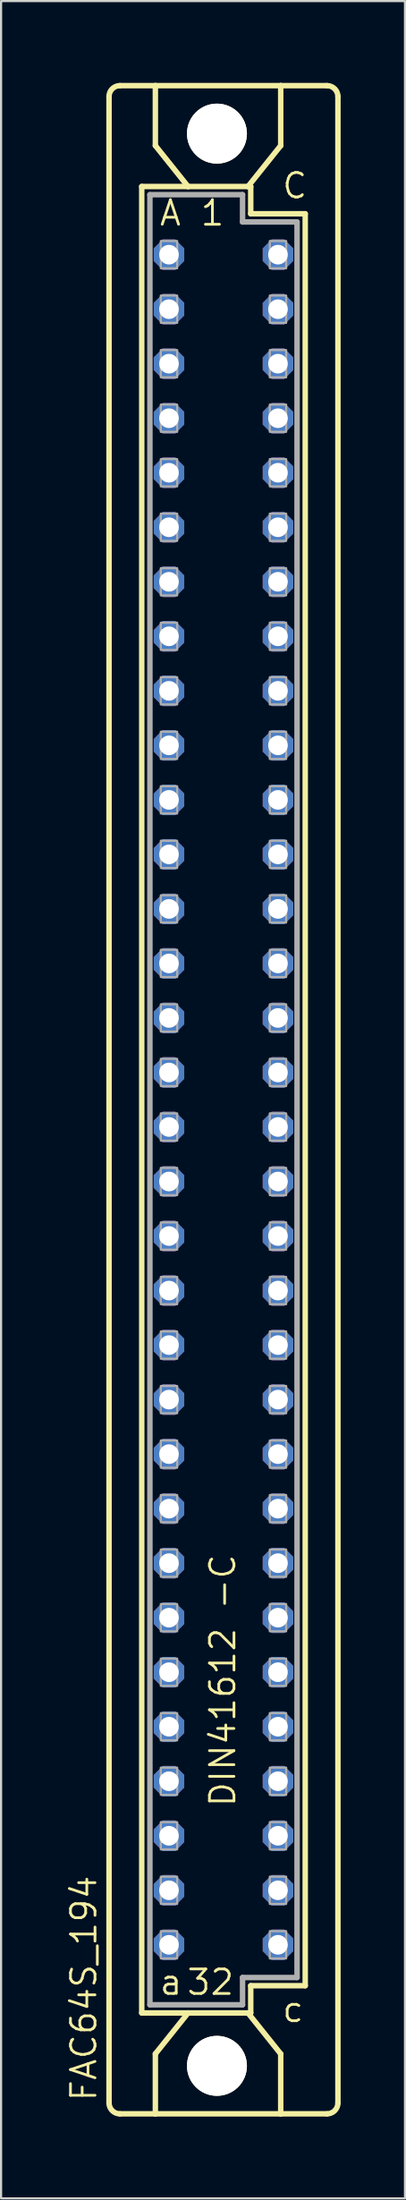
<source format=kicad_pcb>
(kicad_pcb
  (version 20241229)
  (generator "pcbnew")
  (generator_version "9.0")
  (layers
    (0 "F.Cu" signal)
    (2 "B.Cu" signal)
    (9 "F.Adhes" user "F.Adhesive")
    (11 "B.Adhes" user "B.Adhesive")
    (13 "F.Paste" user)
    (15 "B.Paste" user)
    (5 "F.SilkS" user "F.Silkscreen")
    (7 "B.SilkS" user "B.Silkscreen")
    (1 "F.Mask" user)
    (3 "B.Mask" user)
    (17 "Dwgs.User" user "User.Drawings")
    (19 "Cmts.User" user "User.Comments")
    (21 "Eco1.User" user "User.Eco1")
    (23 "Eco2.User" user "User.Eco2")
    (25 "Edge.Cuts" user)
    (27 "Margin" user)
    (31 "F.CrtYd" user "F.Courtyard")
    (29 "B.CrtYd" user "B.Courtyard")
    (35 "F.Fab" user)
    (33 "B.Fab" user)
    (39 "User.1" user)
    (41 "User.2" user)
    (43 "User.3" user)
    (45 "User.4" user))
  (footprint "FAC64S_194"
    (layer "F.Cu")
    (at 7.366 48.184)
    (property "Reference" "FAC64S_194" (at -5.842 46.736 90) (unlocked yes) (layer "F.SilkS") (effects (font (size 1.143 1.143) (thickness 0.127)) (justify left bottom)))
    (fp_line (start -5.334 46.736) (end -5.334 -46.736) (stroke (width 0.254) (type solid)) (layer "F.SilkS"))
    (fp_line (start -4.826 -47.244) (end -3.175 -47.244) (stroke (width 0.254) (type solid)) (layer "F.SilkS"))
    (fp_line (start -4.826 47.244) (end -3.175 47.244) (stroke (width 0.254) (type solid)) (layer "F.SilkS"))
    (fp_line (start -3.81 -42.545) (end -3.81 42.545) (stroke (width 0.254) (type solid)) (layer "F.SilkS"))
    (fp_line (start -3.81 42.545) (end -1.651 42.545) (stroke (width 0.254) (type solid)) (layer "F.SilkS"))
    (fp_line (start -3.175 -47.244) (end -3.175 -44.45) (stroke (width 0.254) (type solid)) (layer "F.SilkS"))
    (fp_line (start -3.175 47.244) (end -3.175 44.45) (stroke (width 0.254) (type solid)) (layer "F.SilkS"))
    (fp_line (start -3.175 47.244) (end 2.667 47.244) (stroke (width 0.254) (type solid)) (layer "F.SilkS"))
    (fp_line (start -1.651 -42.545) (end -3.81 -42.545) (stroke (width 0.254) (type solid)) (layer "F.SilkS"))
    (fp_line (start -1.651 -42.545) (end -3.175 -44.45) (stroke (width 0.254) (type solid)) (layer "F.SilkS"))
    (fp_line (start -1.651 42.545) (end -3.175 44.45) (stroke (width 0.254) (type solid)) (layer "F.SilkS"))
    (fp_line (start -1.651 42.545) (end 1.143 42.545) (stroke (width 0.254) (type solid)) (layer "F.SilkS"))
    (fp_line (start 1.143 -42.545) (end -1.651 -42.545) (stroke (width 0.254) (type solid)) (layer "F.SilkS"))
    (fp_line (start 1.143 -42.545) (end 2.667 -44.45) (stroke (width 0.254) (type solid)) (layer "F.SilkS"))
    (fp_line (start 1.143 42.545) (end 1.27 42.545) (stroke (width 0.254) (type solid)) (layer "F.SilkS"))
    (fp_line (start 1.143 42.545) (end 2.667 44.45) (stroke (width 0.254) (type solid)) (layer "F.SilkS"))
    (fp_line (start 1.27 -42.545) (end 1.143 -42.545) (stroke (width 0.254) (type solid)) (layer "F.SilkS"))
    (fp_line (start 1.27 -41.275) (end 1.27 -42.545) (stroke (width 0.254) (type solid)) (layer "F.SilkS"))
    (fp_line (start 1.27 41.275) (end 3.81 41.275) (stroke (width 0.254) (type solid)) (layer "F.SilkS"))
    (fp_line (start 1.27 42.545) (end 1.27 41.275) (stroke (width 0.254) (type solid)) (layer "F.SilkS"))
    (fp_line (start 2.667 -47.244) (end -3.175 -47.244) (stroke (width 0.254) (type solid)) (layer "F.SilkS"))
    (fp_line (start 2.667 -47.244) (end 2.667 -44.45) (stroke (width 0.254) (type solid)) (layer "F.SilkS"))
    (fp_line (start 2.667 47.244) (end 2.667 44.45) (stroke (width 0.254) (type solid)) (layer "F.SilkS"))
    (fp_line (start 2.667 47.244) (end 4.826 47.244) (stroke (width 0.254) (type solid)) (layer "F.SilkS"))
    (fp_line (start 3.81 -41.275) (end 1.27 -41.275) (stroke (width 0.254) (type solid)) (layer "F.SilkS"))
    (fp_line (start 3.81 41.275) (end 3.81 -41.275) (stroke (width 0.254) (type solid)) (layer "F.SilkS"))
    (fp_line (start 4.826 -47.244) (end 2.667 -47.244) (stroke (width 0.254) (type solid)) (layer "F.SilkS"))
    (fp_line (start 5.334 46.736) (end 5.334 -46.736) (stroke (width 0.254) (type solid)) (layer "F.SilkS"))
    (fp_arc (start -5.334 -46.736) (mid -5.18521 -47.09521) (end -4.826 -47.244) (stroke (width 0.254) (type solid)) (layer "F.SilkS"))
    (fp_arc (start -4.826 47.244) (mid -5.18521 47.09521) (end -5.334 46.736) (stroke (width 0.254) (type solid)) (layer "F.SilkS"))
    (fp_arc (start 4.826 -47.244) (mid 5.18521 -47.09521) (end 5.334 -46.736) (stroke (width 0.254) (type solid)) (layer "F.SilkS"))
    (fp_arc (start 5.334 46.736) (mid 5.18521 47.09521) (end 4.826 47.244) (stroke (width 0.254) (type solid)) (layer "F.SilkS"))
    (fp_circle (center -0.305 -45.009) (end 0.965 -45.009) (stroke (width 0.254) (type solid)) (fill no) (layer "F.SilkS"))
    (fp_circle (center -0.305 45.009) (end 0.965 45.009) (stroke (width 0.254) (type solid)) (fill no) (layer "F.SilkS"))
    (fp_line (start -3.429 -42.164) (end -3.429 42.164) (stroke (width 0.254) (type solid)) (layer "F.Fab"))
    (fp_line (start -3.429 -42.164) (end 0.889 -42.164) (stroke (width 0.254) (type solid)) (layer "F.Fab"))
    (fp_line (start -3.429 42.164) (end 0.889 42.164) (stroke (width 0.254) (type solid)) (layer "F.Fab"))
    (fp_line (start 0.889 -42.164) (end 0.889 -40.894) (stroke (width 0.254) (type solid)) (layer "F.Fab"))
    (fp_line (start 0.889 -40.894) (end 3.429 -40.894) (stroke (width 0.254) (type solid)) (layer "F.Fab"))
    (fp_line (start 0.889 40.894) (end 3.429 40.894) (stroke (width 0.254) (type solid)) (layer "F.Fab"))
    (fp_line (start 0.889 42.164) (end 0.889 40.894) (stroke (width 0.254) (type solid)) (layer "F.Fab"))
    (fp_line (start 3.429 -40.894) (end 3.429 40.894) (stroke (width 0.254) (type solid)) (layer "F.Fab"))
    (fp_poly (pts (xy -2.921 -38.735) (xy -2.159 -38.735) (xy -2.159 -40.005) (xy -2.921 -40.005)) (stroke (width 0.1) (type default)) (fill no) (layer "F.Fab"))
    (fp_poly (pts (xy -2.921 -36.195) (xy -2.159 -36.195) (xy -2.159 -37.465) (xy -2.921 -37.465)) (stroke (width 0.1) (type default)) (fill no) (layer "F.Fab"))
    (fp_poly (pts (xy -2.921 -33.655) (xy -2.159 -33.655) (xy -2.159 -34.925) (xy -2.921 -34.925)) (stroke (width 0.1) (type default)) (fill no) (layer "F.Fab"))
    (fp_poly (pts (xy -2.921 -31.115) (xy -2.159 -31.115) (xy -2.159 -32.385) (xy -2.921 -32.385)) (stroke (width 0.1) (type default)) (fill no) (layer "F.Fab"))
    (fp_poly (pts (xy -2.921 -28.575) (xy -2.159 -28.575) (xy -2.159 -29.845) (xy -2.921 -29.845)) (stroke (width 0.1) (type default)) (fill no) (layer "F.Fab"))
    (fp_poly (pts (xy -2.921 -26.035) (xy -2.159 -26.035) (xy -2.159 -27.305) (xy -2.921 -27.305)) (stroke (width 0.1) (type default)) (fill no) (layer "F.Fab"))
    (fp_poly (pts (xy -2.921 -23.495) (xy -2.159 -23.495) (xy -2.159 -24.765) (xy -2.921 -24.765)) (stroke (width 0.1) (type default)) (fill no) (layer "F.Fab"))
    (fp_poly (pts (xy -2.921 -20.955) (xy -2.159 -20.955) (xy -2.159 -22.225) (xy -2.921 -22.225)) (stroke (width 0.1) (type default)) (fill no) (layer "F.Fab"))
    (fp_poly (pts (xy -2.921 -18.415) (xy -2.159 -18.415) (xy -2.159 -19.685) (xy -2.921 -19.685)) (stroke (width 0.1) (type default)) (fill no) (layer "F.Fab"))
    (fp_poly (pts (xy -2.921 -15.875) (xy -2.159 -15.875) (xy -2.159 -17.145) (xy -2.921 -17.145)) (stroke (width 0.1) (type default)) (fill no) (layer "F.Fab"))
    (fp_poly (pts (xy -2.921 -13.335) (xy -2.159 -13.335) (xy -2.159 -14.605) (xy -2.921 -14.605)) (stroke (width 0.1) (type default)) (fill no) (layer "F.Fab"))
    (fp_poly (pts (xy -2.921 -10.795) (xy -2.159 -10.795) (xy -2.159 -12.065) (xy -2.921 -12.065)) (stroke (width 0.1) (type default)) (fill no) (layer "F.Fab"))
    (fp_poly (pts (xy -2.921 -8.255) (xy -2.159 -8.255) (xy -2.159 -9.525) (xy -2.921 -9.525)) (stroke (width 0.1) (type default)) (fill no) (layer "F.Fab"))
    (fp_poly (pts (xy -2.921 -5.715) (xy -2.159 -5.715) (xy -2.159 -6.985) (xy -2.921 -6.985)) (stroke (width 0.1) (type default)) (fill no) (layer "F.Fab"))
    (fp_poly (pts (xy -2.921 -3.175) (xy -2.159 -3.175) (xy -2.159 -4.445) (xy -2.921 -4.445)) (stroke (width 0.1) (type default)) (fill no) (layer "F.Fab"))
    (fp_poly (pts (xy -2.921 -0.635) (xy -2.159 -0.635) (xy -2.159 -1.905) (xy -2.921 -1.905)) (stroke (width 0.1) (type default)) (fill no) (layer "F.Fab"))
    (fp_poly (pts (xy -2.921 1.905) (xy -2.159 1.905) (xy -2.159 0.635) (xy -2.921 0.635)) (stroke (width 0.1) (type default)) (fill no) (layer "F.Fab"))
    (fp_poly (pts (xy -2.921 4.445) (xy -2.159 4.445) (xy -2.159 3.175) (xy -2.921 3.175)) (stroke (width 0.1) (type default)) (fill no) (layer "F.Fab"))
    (fp_poly (pts (xy -2.921 6.985) (xy -2.159 6.985) (xy -2.159 5.715) (xy -2.921 5.715)) (stroke (width 0.1) (type default)) (fill no) (layer "F.Fab"))
    (fp_poly (pts (xy -2.921 9.525) (xy -2.159 9.525) (xy -2.159 8.255) (xy -2.921 8.255)) (stroke (width 0.1) (type default)) (fill no) (layer "F.Fab"))
    (fp_poly (pts (xy -2.921 12.065) (xy -2.159 12.065) (xy -2.159 10.795) (xy -2.921 10.795)) (stroke (width 0.1) (type default)) (fill no) (layer "F.Fab"))
    (fp_poly (pts (xy -2.921 14.605) (xy -2.159 14.605) (xy -2.159 13.335) (xy -2.921 13.335)) (stroke (width 0.1) (type default)) (fill no) (layer "F.Fab"))
    (fp_poly (pts (xy -2.921 17.145) (xy -2.159 17.145) (xy -2.159 15.875) (xy -2.921 15.875)) (stroke (width 0.1) (type default)) (fill no) (layer "F.Fab"))
    (fp_poly (pts (xy -2.921 19.685) (xy -2.159 19.685) (xy -2.159 18.415) (xy -2.921 18.415)) (stroke (width 0.1) (type default)) (fill no) (layer "F.Fab"))
    (fp_poly (pts (xy -2.921 22.225) (xy -2.159 22.225) (xy -2.159 20.955) (xy -2.921 20.955)) (stroke (width 0.1) (type default)) (fill no) (layer "F.Fab"))
    (fp_poly (pts (xy -2.921 24.765) (xy -2.159 24.765) (xy -2.159 23.495) (xy -2.921 23.495)) (stroke (width 0.1) (type default)) (fill no) (layer "F.Fab"))
    (fp_poly (pts (xy -2.921 27.305) (xy -2.159 27.305) (xy -2.159 26.035) (xy -2.921 26.035)) (stroke (width 0.1) (type default)) (fill no) (layer "F.Fab"))
    (fp_poly (pts (xy -2.921 29.845) (xy -2.159 29.845) (xy -2.159 28.575) (xy -2.921 28.575)) (stroke (width 0.1) (type default)) (fill no) (layer "F.Fab"))
    (fp_poly (pts (xy -2.921 32.385) (xy -2.159 32.385) (xy -2.159 31.115) (xy -2.921 31.115)) (stroke (width 0.1) (type default)) (fill no) (layer "F.Fab"))
    (fp_poly (pts (xy -2.921 34.925) (xy -2.159 34.925) (xy -2.159 33.655) (xy -2.921 33.655)) (stroke (width 0.1) (type default)) (fill no) (layer "F.Fab"))
    (fp_poly (pts (xy -2.921 37.465) (xy -2.159 37.465) (xy -2.159 36.195) (xy -2.921 36.195)) (stroke (width 0.1) (type default)) (fill no) (layer "F.Fab"))
    (fp_poly (pts (xy -2.921 40.005) (xy -2.159 40.005) (xy -2.159 38.735) (xy -2.921 38.735)) (stroke (width 0.1) (type default)) (fill no) (layer "F.Fab"))
    (fp_poly (pts (xy 2.159 -38.735) (xy 2.921 -38.735) (xy 2.921 -40.005) (xy 2.159 -40.005)) (stroke (width 0.1) (type default)) (fill no) (layer "F.Fab"))
    (fp_poly (pts (xy 2.159 -36.195) (xy 2.921 -36.195) (xy 2.921 -37.465) (xy 2.159 -37.465)) (stroke (width 0.1) (type default)) (fill no) (layer "F.Fab"))
    (fp_poly (pts (xy 2.159 -33.655) (xy 2.921 -33.655) (xy 2.921 -34.925) (xy 2.159 -34.925)) (stroke (width 0.1) (type default)) (fill no) (layer "F.Fab"))
    (fp_poly (pts (xy 2.159 -31.115) (xy 2.921 -31.115) (xy 2.921 -32.385) (xy 2.159 -32.385)) (stroke (width 0.1) (type default)) (fill no) (layer "F.Fab"))
    (fp_poly (pts (xy 2.159 -28.575) (xy 2.921 -28.575) (xy 2.921 -29.845) (xy 2.159 -29.845)) (stroke (width 0.1) (type default)) (fill no) (layer "F.Fab"))
    (fp_poly (pts (xy 2.159 -26.035) (xy 2.921 -26.035) (xy 2.921 -27.305) (xy 2.159 -27.305)) (stroke (width 0.1) (type default)) (fill no) (layer "F.Fab"))
    (fp_poly (pts (xy 2.159 -23.495) (xy 2.921 -23.495) (xy 2.921 -24.765) (xy 2.159 -24.765)) (stroke (width 0.1) (type default)) (fill no) (layer "F.Fab"))
    (fp_poly (pts (xy 2.159 -20.955) (xy 2.921 -20.955) (xy 2.921 -22.225) (xy 2.159 -22.225)) (stroke (width 0.1) (type default)) (fill no) (layer "F.Fab"))
    (fp_poly (pts (xy 2.159 -18.415) (xy 2.921 -18.415) (xy 2.921 -19.685) (xy 2.159 -19.685)) (stroke (width 0.1) (type default)) (fill no) (layer "F.Fab"))
    (fp_poly (pts (xy 2.159 -15.875) (xy 2.921 -15.875) (xy 2.921 -17.145) (xy 2.159 -17.145)) (stroke (width 0.1) (type default)) (fill no) (layer "F.Fab"))
    (fp_poly (pts (xy 2.159 -13.335) (xy 2.921 -13.335) (xy 2.921 -14.605) (xy 2.159 -14.605)) (stroke (width 0.1) (type default)) (fill no) (layer "F.Fab"))
    (fp_poly (pts (xy 2.159 -10.795) (xy 2.921 -10.795) (xy 2.921 -12.065) (xy 2.159 -12.065)) (stroke (width 0.1) (type default)) (fill no) (layer "F.Fab"))
    (fp_poly (pts (xy 2.159 -8.255) (xy 2.921 -8.255) (xy 2.921 -9.525) (xy 2.159 -9.525)) (stroke (width 0.1) (type default)) (fill no) (layer "F.Fab"))
    (fp_poly (pts (xy 2.159 -5.715) (xy 2.921 -5.715) (xy 2.921 -6.985) (xy 2.159 -6.985)) (stroke (width 0.1) (type default)) (fill no) (layer "F.Fab"))
    (fp_poly (pts (xy 2.159 -3.175) (xy 2.921 -3.175) (xy 2.921 -4.445) (xy 2.159 -4.445)) (stroke (width 0.1) (type default)) (fill no) (layer "F.Fab"))
    (fp_poly (pts (xy 2.159 -0.635) (xy 2.921 -0.635) (xy 2.921 -1.905) (xy 2.159 -1.905)) (stroke (width 0.1) (type default)) (fill no) (layer "F.Fab"))
    (fp_poly (pts (xy 2.159 1.905) (xy 2.921 1.905) (xy 2.921 0.635) (xy 2.159 0.635)) (stroke (width 0.1) (type default)) (fill no) (layer "F.Fab"))
    (fp_poly (pts (xy 2.159 4.445) (xy 2.921 4.445) (xy 2.921 3.175) (xy 2.159 3.175)) (stroke (width 0.1) (type default)) (fill no) (layer "F.Fab"))
    (fp_poly (pts (xy 2.159 6.985) (xy 2.921 6.985) (xy 2.921 5.715) (xy 2.159 5.715)) (stroke (width 0.1) (type default)) (fill no) (layer "F.Fab"))
    (fp_poly (pts (xy 2.159 9.525) (xy 2.921 9.525) (xy 2.921 8.255) (xy 2.159 8.255)) (stroke (width 0.1) (type default)) (fill no) (layer "F.Fab"))
    (fp_poly (pts (xy 2.159 12.065) (xy 2.921 12.065) (xy 2.921 10.795) (xy 2.159 10.795)) (stroke (width 0.1) (type default)) (fill no) (layer "F.Fab"))
    (fp_poly (pts (xy 2.159 14.605) (xy 2.921 14.605) (xy 2.921 13.335) (xy 2.159 13.335)) (stroke (width 0.1) (type default)) (fill no) (layer "F.Fab"))
    (fp_poly (pts (xy 2.159 17.145) (xy 2.921 17.145) (xy 2.921 15.875) (xy 2.159 15.875)) (stroke (width 0.1) (type default)) (fill no) (layer "F.Fab"))
    (fp_poly (pts (xy 2.159 19.685) (xy 2.921 19.685) (xy 2.921 18.415) (xy 2.159 18.415)) (stroke (width 0.1) (type default)) (fill no) (layer "F.Fab"))
    (fp_poly (pts (xy 2.159 22.225) (xy 2.921 22.225) (xy 2.921 20.955) (xy 2.159 20.955)) (stroke (width 0.1) (type default)) (fill no) (layer "F.Fab"))
    (fp_poly (pts (xy 2.159 24.765) (xy 2.921 24.765) (xy 2.921 23.495) (xy 2.159 23.495)) (stroke (width 0.1) (type default)) (fill no) (layer "F.Fab"))
    (fp_poly (pts (xy 2.159 27.305) (xy 2.921 27.305) (xy 2.921 26.035) (xy 2.159 26.035)) (stroke (width 0.1) (type default)) (fill no) (layer "F.Fab"))
    (fp_poly (pts (xy 2.159 29.845) (xy 2.921 29.845) (xy 2.921 28.575) (xy 2.159 28.575)) (stroke (width 0.1) (type default)) (fill no) (layer "F.Fab"))
    (fp_poly (pts (xy 2.159 32.385) (xy 2.921 32.385) (xy 2.921 31.115) (xy 2.159 31.115)) (stroke (width 0.1) (type default)) (fill no) (layer "F.Fab"))
    (fp_poly (pts (xy 2.159 34.925) (xy 2.921 34.925) (xy 2.921 33.655) (xy 2.159 33.655)) (stroke (width 0.1) (type default)) (fill no) (layer "F.Fab"))
    (fp_poly (pts (xy 2.159 37.465) (xy 2.921 37.465) (xy 2.921 36.195) (xy 2.159 36.195)) (stroke (width 0.1) (type default)) (fill no) (layer "F.Fab"))
    (fp_poly (pts (xy 2.159 40.005) (xy 2.921 40.005) (xy 2.921 38.735) (xy 2.159 38.735)) (stroke (width 0.1) (type default)) (fill no) (layer "F.Fab"))
    (fp_text user "DIN41612 -C" (at 0.635 33.02 90) (unlocked yes) (layer "F.SilkS") (effects (font (size 1.143 1.143) (thickness 0.127)) (justify left bottom)))
    (fp_text user "A" (at -3.048 -40.64 0) (unlocked yes) (layer "F.SilkS") (effects (font (size 1.143 1.143) (thickness 0.127)) (justify left bottom)))
    (fp_text user "1" (at -1.143 -40.64 0) (unlocked yes) (layer "F.SilkS") (effects (font (size 1.143 1.143) (thickness 0.127)) (justify left bottom)))
    (fp_text user "32" (at -1.778 41.783 0) (unlocked yes) (layer "F.SilkS") (effects (font (size 1.143 1.143) (thickness 0.127)) (justify left bottom)))
    (fp_text user "c" (at 2.667 43.053 0) (unlocked yes) (layer "F.SilkS") (effects (font (size 1.143 1.143) (thickness 0.127)) (justify left bottom)))
    (fp_text user "C" (at 2.667 -41.91 0) (unlocked yes) (layer "F.SilkS") (effects (font (size 1.143 1.143) (thickness 0.127)) (justify left bottom)))
    (fp_text user "a" (at -3.048 41.783 0) (unlocked yes) (layer "F.SilkS") (effects (font (size 1.143 1.143) (thickness 0.127)) (justify left bottom)))
    (pad "" np_thru_hole circle (at -0.305 -45.009) (size 2.794 2.794) (drill 2.794) (layers "*.Cu" "*.Mask"))
    (pad "" np_thru_hole circle (at -0.305 45.009) (size 2.794 2.794) (drill 2.794) (layers "*.Cu" "*.Mask"))
    (pad "A1" thru_hole roundrect (at -2.54 -39.37) (size 1.422 1.422) (drill 0.914) (layers "*.Cu" "*.Mask") (roundrect_rratio 0.25) (chamfer_ratio 0.293) (chamfer top_left top_right bottom_left bottom_right))
    (pad "A2" thru_hole roundrect (at -2.54 -36.83) (size 1.422 1.422) (drill 0.914) (layers "*.Cu" "*.Mask") (roundrect_rratio 0.25) (chamfer_ratio 0.293) (chamfer top_left top_right bottom_left bottom_right))
    (pad "A3" thru_hole roundrect (at -2.54 -34.29) (size 1.422 1.422) (drill 0.914) (layers "*.Cu" "*.Mask") (roundrect_rratio 0.25) (chamfer_ratio 0.293) (chamfer top_left top_right bottom_left bottom_right))
    (pad "A4" thru_hole roundrect (at -2.54 -31.75) (size 1.422 1.422) (drill 0.914) (layers "*.Cu" "*.Mask") (roundrect_rratio 0.25) (chamfer_ratio 0.293) (chamfer top_left top_right bottom_left bottom_right))
    (pad "A5" thru_hole roundrect (at -2.54 -29.21) (size 1.422 1.422) (drill 0.914) (layers "*.Cu" "*.Mask") (roundrect_rratio 0.25) (chamfer_ratio 0.293) (chamfer top_left top_right bottom_left bottom_right))
    (pad "A6" thru_hole roundrect (at -2.54 -26.67) (size 1.422 1.422) (drill 0.914) (layers "*.Cu" "*.Mask") (roundrect_rratio 0.25) (chamfer_ratio 0.293) (chamfer top_left top_right bottom_left bottom_right))
    (pad "A7" thru_hole roundrect (at -2.54 -24.13) (size 1.422 1.422) (drill 0.914) (layers "*.Cu" "*.Mask") (roundrect_rratio 0.25) (chamfer_ratio 0.293) (chamfer top_left top_right bottom_left bottom_right))
    (pad "A8" thru_hole roundrect (at -2.54 -21.59) (size 1.422 1.422) (drill 0.914) (layers "*.Cu" "*.Mask") (roundrect_rratio 0.25) (chamfer_ratio 0.293) (chamfer top_left top_right bottom_left bottom_right))
    (pad "A9" thru_hole roundrect (at -2.54 -19.05) (size 1.422 1.422) (drill 0.914) (layers "*.Cu" "*.Mask") (roundrect_rratio 0.25) (chamfer_ratio 0.293) (chamfer top_left top_right bottom_left bottom_right))
    (pad "A10" thru_hole roundrect (at -2.54 -16.51) (size 1.422 1.422) (drill 0.914) (layers "*.Cu" "*.Mask") (roundrect_rratio 0.25) (chamfer_ratio 0.293) (chamfer top_left top_right bottom_left bottom_right))
    (pad "A11" thru_hole roundrect (at -2.54 -13.97) (size 1.422 1.422) (drill 0.914) (layers "*.Cu" "*.Mask") (roundrect_rratio 0.25) (chamfer_ratio 0.293) (chamfer top_left top_right bottom_left bottom_right))
    (pad "A12" thru_hole roundrect (at -2.54 -11.43) (size 1.422 1.422) (drill 0.914) (layers "*.Cu" "*.Mask") (roundrect_rratio 0.25) (chamfer_ratio 0.293) (chamfer top_left top_right bottom_left bottom_right))
    (pad "A13" thru_hole roundrect (at -2.54 -8.89) (size 1.422 1.422) (drill 0.914) (layers "*.Cu" "*.Mask") (roundrect_rratio 0.25) (chamfer_ratio 0.293) (chamfer top_left top_right bottom_left bottom_right))
    (pad "A14" thru_hole roundrect (at -2.54 -6.35) (size 1.422 1.422) (drill 0.914) (layers "*.Cu" "*.Mask") (roundrect_rratio 0.25) (chamfer_ratio 0.293) (chamfer top_left top_right bottom_left bottom_right))
    (pad "A15" thru_hole roundrect (at -2.54 -3.81) (size 1.422 1.422) (drill 0.914) (layers "*.Cu" "*.Mask") (roundrect_rratio 0.25) (chamfer_ratio 0.293) (chamfer top_left top_right bottom_left bottom_right))
    (pad "A16" thru_hole roundrect (at -2.54 -1.27) (size 1.422 1.422) (drill 0.914) (layers "*.Cu" "*.Mask") (roundrect_rratio 0.25) (chamfer_ratio 0.293) (chamfer top_left top_right bottom_left bottom_right))
    (pad "A17" thru_hole roundrect (at -2.54 1.27) (size 1.422 1.422) (drill 0.914) (layers "*.Cu" "*.Mask") (roundrect_rratio 0.25) (chamfer_ratio 0.293) (chamfer top_left top_right bottom_left bottom_right))
    (pad "A18" thru_hole roundrect (at -2.54 3.81) (size 1.422 1.422) (drill 0.914) (layers "*.Cu" "*.Mask") (roundrect_rratio 0.25) (chamfer_ratio 0.293) (chamfer top_left top_right bottom_left bottom_right))
    (pad "A19" thru_hole roundrect (at -2.54 6.35) (size 1.422 1.422) (drill 0.914) (layers "*.Cu" "*.Mask") (roundrect_rratio 0.25) (chamfer_ratio 0.293) (chamfer top_left top_right bottom_left bottom_right))
    (pad "A20" thru_hole roundrect (at -2.54 8.89) (size 1.422 1.422) (drill 0.914) (layers "*.Cu" "*.Mask") (roundrect_rratio 0.25) (chamfer_ratio 0.293) (chamfer top_left top_right bottom_left bottom_right))
    (pad "A21" thru_hole roundrect (at -2.54 11.43) (size 1.422 1.422) (drill 0.914) (layers "*.Cu" "*.Mask") (roundrect_rratio 0.25) (chamfer_ratio 0.293) (chamfer top_left top_right bottom_left bottom_right))
    (pad "A22" thru_hole roundrect (at -2.54 13.97) (size 1.422 1.422) (drill 0.914) (layers "*.Cu" "*.Mask") (roundrect_rratio 0.25) (chamfer_ratio 0.293) (chamfer top_left top_right bottom_left bottom_right))
    (pad "A23" thru_hole roundrect (at -2.54 16.51) (size 1.422 1.422) (drill 0.914) (layers "*.Cu" "*.Mask") (roundrect_rratio 0.25) (chamfer_ratio 0.293) (chamfer top_left top_right bottom_left bottom_right))
    (pad "A24" thru_hole roundrect (at -2.54 19.05) (size 1.422 1.422) (drill 0.914) (layers "*.Cu" "*.Mask") (roundrect_rratio 0.25) (chamfer_ratio 0.293) (chamfer top_left top_right bottom_left bottom_right))
    (pad "A25" thru_hole roundrect (at -2.54 21.59) (size 1.422 1.422) (drill 0.914) (layers "*.Cu" "*.Mask") (roundrect_rratio 0.25) (chamfer_ratio 0.293) (chamfer top_left top_right bottom_left bottom_right))
    (pad "A26" thru_hole roundrect (at -2.54 24.13) (size 1.422 1.422) (drill 0.914) (layers "*.Cu" "*.Mask") (roundrect_rratio 0.25) (chamfer_ratio 0.293) (chamfer top_left top_right bottom_left bottom_right))
    (pad "A27" thru_hole roundrect (at -2.54 26.67) (size 1.422 1.422) (drill 0.914) (layers "*.Cu" "*.Mask") (roundrect_rratio 0.25) (chamfer_ratio 0.293) (chamfer top_left top_right bottom_left bottom_right))
    (pad "A28" thru_hole roundrect (at -2.54 29.21) (size 1.422 1.422) (drill 0.914) (layers "*.Cu" "*.Mask") (roundrect_rratio 0.25) (chamfer_ratio 0.293) (chamfer top_left top_right bottom_left bottom_right))
    (pad "A29" thru_hole roundrect (at -2.54 31.75) (size 1.422 1.422) (drill 0.914) (layers "*.Cu" "*.Mask") (roundrect_rratio 0.25) (chamfer_ratio 0.293) (chamfer top_left top_right bottom_left bottom_right))
    (pad "A30" thru_hole roundrect (at -2.54 34.29) (size 1.422 1.422) (drill 0.914) (layers "*.Cu" "*.Mask") (roundrect_rratio 0.25) (chamfer_ratio 0.293) (chamfer top_left top_right bottom_left bottom_right))
    (pad "A31" thru_hole roundrect (at -2.54 36.83) (size 1.422 1.422) (drill 0.914) (layers "*.Cu" "*.Mask") (roundrect_rratio 0.25) (chamfer_ratio 0.293) (chamfer top_left top_right bottom_left bottom_right))
    (pad "A32" thru_hole roundrect (at -2.54 39.37) (size 1.422 1.422) (drill 0.914) (layers "*.Cu" "*.Mask") (roundrect_rratio 0.25) (chamfer_ratio 0.293) (chamfer top_left top_right bottom_left bottom_right))
    (pad "C1" thru_hole roundrect (at 2.54 -39.37) (size 1.422 1.422) (drill 0.914) (layers "*.Cu" "*.Mask") (roundrect_rratio 0.25) (chamfer_ratio 0.293) (chamfer top_left top_right bottom_left bottom_right))
    (pad "C2" thru_hole roundrect (at 2.54 -36.83) (size 1.422 1.422) (drill 0.914) (layers "*.Cu" "*.Mask") (roundrect_rratio 0.25) (chamfer_ratio 0.293) (chamfer top_left top_right bottom_left bottom_right))
    (pad "C3" thru_hole roundrect (at 2.54 -34.29) (size 1.422 1.422) (drill 0.914) (layers "*.Cu" "*.Mask") (roundrect_rratio 0.25) (chamfer_ratio 0.293) (chamfer top_left top_right bottom_left bottom_right))
    (pad "C4" thru_hole roundrect (at 2.54 -31.75) (size 1.422 1.422) (drill 0.914) (layers "*.Cu" "*.Mask") (roundrect_rratio 0.25) (chamfer_ratio 0.293) (chamfer top_left top_right bottom_left bottom_right))
    (pad "C5" thru_hole roundrect (at 2.54 -29.21) (size 1.422 1.422) (drill 0.914) (layers "*.Cu" "*.Mask") (roundrect_rratio 0.25) (chamfer_ratio 0.293) (chamfer top_left top_right bottom_left bottom_right))
    (pad "C6" thru_hole roundrect (at 2.54 -26.67) (size 1.422 1.422) (drill 0.914) (layers "*.Cu" "*.Mask") (roundrect_rratio 0.25) (chamfer_ratio 0.293) (chamfer top_left top_right bottom_left bottom_right))
    (pad "C7" thru_hole roundrect (at 2.54 -24.13) (size 1.422 1.422) (drill 0.914) (layers "*.Cu" "*.Mask") (roundrect_rratio 0.25) (chamfer_ratio 0.293) (chamfer top_left top_right bottom_left bottom_right))
    (pad "C8" thru_hole roundrect (at 2.54 -21.59) (size 1.422 1.422) (drill 0.914) (layers "*.Cu" "*.Mask") (roundrect_rratio 0.25) (chamfer_ratio 0.293) (chamfer top_left top_right bottom_left bottom_right))
    (pad "C9" thru_hole roundrect (at 2.54 -19.05) (size 1.422 1.422) (drill 0.914) (layers "*.Cu" "*.Mask") (roundrect_rratio 0.25) (chamfer_ratio 0.293) (chamfer top_left top_right bottom_left bottom_right))
    (pad "C10" thru_hole roundrect (at 2.54 -16.51) (size 1.422 1.422) (drill 0.914) (layers "*.Cu" "*.Mask") (roundrect_rratio 0.25) (chamfer_ratio 0.293) (chamfer top_left top_right bottom_left bottom_right))
    (pad "C11" thru_hole roundrect (at 2.54 -13.97) (size 1.422 1.422) (drill 0.914) (layers "*.Cu" "*.Mask") (roundrect_rratio 0.25) (chamfer_ratio 0.293) (chamfer top_left top_right bottom_left bottom_right))
    (pad "C12" thru_hole roundrect (at 2.54 -11.43) (size 1.422 1.422) (drill 0.914) (layers "*.Cu" "*.Mask") (roundrect_rratio 0.25) (chamfer_ratio 0.293) (chamfer top_left top_right bottom_left bottom_right))
    (pad "C13" thru_hole roundrect (at 2.54 -8.89) (size 1.422 1.422) (drill 0.914) (layers "*.Cu" "*.Mask") (roundrect_rratio 0.25) (chamfer_ratio 0.293) (chamfer top_left top_right bottom_left bottom_right))
    (pad "C14" thru_hole roundrect (at 2.54 -6.35) (size 1.422 1.422) (drill 0.914) (layers "*.Cu" "*.Mask") (roundrect_rratio 0.25) (chamfer_ratio 0.293) (chamfer top_left top_right bottom_left bottom_right))
    (pad "C15" thru_hole roundrect (at 2.54 -3.81) (size 1.422 1.422) (drill 0.914) (layers "*.Cu" "*.Mask") (roundrect_rratio 0.25) (chamfer_ratio 0.293) (chamfer top_left top_right bottom_left bottom_right))
    (pad "C16" thru_hole roundrect (at 2.54 -1.27) (size 1.422 1.422) (drill 0.914) (layers "*.Cu" "*.Mask") (roundrect_rratio 0.25) (chamfer_ratio 0.293) (chamfer top_left top_right bottom_left bottom_right))
    (pad "C17" thru_hole roundrect (at 2.54 1.27) (size 1.422 1.422) (drill 0.914) (layers "*.Cu" "*.Mask") (roundrect_rratio 0.25) (chamfer_ratio 0.293) (chamfer top_left top_right bottom_left bottom_right))
    (pad "C18" thru_hole roundrect (at 2.54 3.81) (size 1.422 1.422) (drill 0.914) (layers "*.Cu" "*.Mask") (roundrect_rratio 0.25) (chamfer_ratio 0.293) (chamfer top_left top_right bottom_left bottom_right))
    (pad "C19" thru_hole roundrect (at 2.54 6.35) (size 1.422 1.422) (drill 0.914) (layers "*.Cu" "*.Mask") (roundrect_rratio 0.25) (chamfer_ratio 0.293) (chamfer top_left top_right bottom_left bottom_right))
    (pad "C20" thru_hole roundrect (at 2.54 8.89) (size 1.422 1.422) (drill 0.914) (layers "*.Cu" "*.Mask") (roundrect_rratio 0.25) (chamfer_ratio 0.293) (chamfer top_left top_right bottom_left bottom_right))
    (pad "C21" thru_hole roundrect (at 2.54 11.43) (size 1.422 1.422) (drill 0.914) (layers "*.Cu" "*.Mask") (roundrect_rratio 0.25) (chamfer_ratio 0.293) (chamfer top_left top_right bottom_left bottom_right))
    (pad "C22" thru_hole roundrect (at 2.54 13.97) (size 1.422 1.422) (drill 0.914) (layers "*.Cu" "*.Mask") (roundrect_rratio 0.25) (chamfer_ratio 0.293) (chamfer top_left top_right bottom_left bottom_right))
    (pad "C23" thru_hole roundrect (at 2.54 16.51) (size 1.422 1.422) (drill 0.914) (layers "*.Cu" "*.Mask") (roundrect_rratio 0.25) (chamfer_ratio 0.293) (chamfer top_left top_right bottom_left bottom_right))
    (pad "C24" thru_hole roundrect (at 2.54 19.05) (size 1.422 1.422) (drill 0.914) (layers "*.Cu" "*.Mask") (roundrect_rratio 0.25) (chamfer_ratio 0.293) (chamfer top_left top_right bottom_left bottom_right))
    (pad "C25" thru_hole roundrect (at 2.54 21.59) (size 1.422 1.422) (drill 0.914) (layers "*.Cu" "*.Mask") (roundrect_rratio 0.25) (chamfer_ratio 0.293) (chamfer top_left top_right bottom_left bottom_right))
    (pad "C26" thru_hole roundrect (at 2.54 24.13) (size 1.422 1.422) (drill 0.914) (layers "*.Cu" "*.Mask") (roundrect_rratio 0.25) (chamfer_ratio 0.293) (chamfer top_left top_right bottom_left bottom_right))
    (pad "C27" thru_hole roundrect (at 2.54 26.67) (size 1.422 1.422) (drill 0.914) (layers "*.Cu" "*.Mask") (roundrect_rratio 0.25) (chamfer_ratio 0.293) (chamfer top_left top_right bottom_left bottom_right))
    (pad "C28" thru_hole roundrect (at 2.54 29.21) (size 1.422 1.422) (drill 0.914) (layers "*.Cu" "*.Mask") (roundrect_rratio 0.25) (chamfer_ratio 0.293) (chamfer top_left top_right bottom_left bottom_right))
    (pad "C29" thru_hole roundrect (at 2.54 31.75) (size 1.422 1.422) (drill 0.914) (layers "*.Cu" "*.Mask") (roundrect_rratio 0.25) (chamfer_ratio 0.293) (chamfer top_left top_right bottom_left bottom_right))
    (pad "C30" thru_hole roundrect (at 2.54 34.29) (size 1.422 1.422) (drill 0.914) (layers "*.Cu" "*.Mask") (roundrect_rratio 0.25) (chamfer_ratio 0.293) (chamfer top_left top_right bottom_left bottom_right))
    (pad "C31" thru_hole roundrect (at 2.54 36.83) (size 1.422 1.422) (drill 0.914) (layers "*.Cu" "*.Mask") (roundrect_rratio 0.25) (chamfer_ratio 0.293) (chamfer top_left top_right bottom_left bottom_right))
    (pad "C32" thru_hole roundrect (at 2.54 39.37) (size 1.422 1.422) (drill 0.914) (layers "*.Cu" "*.Mask") (roundrect_rratio 0.25) (chamfer_ratio 0.293) (chamfer top_left top_right bottom_left bottom_right))
    (zone (net_name "") (layers "F.Cu" "B.Cu") (hatch edge 0.5) (connect_pads) (min_thickness 0.25) (filled_areas_thickness no) (keepout (tracks allowed) (vias not_allowed) (pads allowed) (copperpour allowed) (footprints allowed)) (placement (enabled no)) (fill) (polygon (pts (xy 10.236 3.175) (xy 10.216 2.82) (xy 10.157 2.468) (xy 10.058 2.126) (xy 9.922 1.797) (xy 9.75 1.486) (xy 9.544 1.195) (xy 9.306 0.93) (xy 9.041 0.693) (xy 8.75 0.487) (xy 8.439 0.314) (xy 8.11 0.178) (xy 7.768 0.08) (xy 7.417 0.02) (xy 7.061 0) (xy 6.706 0.02) (xy 6.355 0.08) (xy 6.013 0.178) (xy 5.684 0.314) (xy 5.372 0.487) (xy 5.082 0.693) (xy 4.816 0.93) (xy 4.579 1.195) (xy 4.373 1.486) (xy 4.201 1.797) (xy 4.064 2.126) (xy 3.966 2.468) (xy 3.906 2.82) (xy 3.886 3.175) (xy 3.906 3.53) (xy 3.966 3.882) (xy 4.064 4.224) (xy 4.201 4.553) (xy 4.373 4.864) (xy 4.579 5.155) (xy 4.816 5.42) (xy 5.082 5.657) (xy 5.372 5.863) (xy 5.684 6.036) (xy 6.013 6.172) (xy 6.355 6.27) (xy 6.706 6.33) (xy 7.061 6.35) (xy 7.417 6.33) (xy 7.768 6.27) (xy 8.11 6.172) (xy 8.439 6.036) (xy 8.75 5.863) (xy 9.041 5.657) (xy 9.306 5.42) (xy 9.544 5.155) (xy 9.75 4.864) (xy 9.922 4.553) (xy 10.058 4.224) (xy 10.157 3.882) (xy 10.216 3.53))) (polygon (pts (xy 8.458 3.175) (xy 8.438 2.939) (xy 8.378 2.71) (xy 8.281 2.494) (xy 8.148 2.297) (xy 7.984 2.126) (xy 7.794 1.985) (xy 7.582 1.879) (xy 7.356 1.809) (xy 7.12 1.779) (xy 6.884 1.789) (xy 6.652 1.839) (xy 6.432 1.928) (xy 6.23 2.052) (xy 6.053 2.208) (xy 5.904 2.393) (xy 5.788 2.6) (xy 5.709 2.823) (xy 5.669 3.057) (xy 5.669 3.293) (xy 5.709 3.527) (xy 5.788 3.75) (xy 5.904 3.957) (xy 6.053 4.142) (xy 6.23 4.298) (xy 6.432 4.422) (xy 6.652 4.511) (xy 6.884 4.561) (xy 7.12 4.571) (xy 7.356 4.541) (xy 7.582 4.471) (xy 7.794 4.365) (xy 7.984 4.224) (xy 8.148 4.053) (xy 8.281 3.856) (xy 8.378 3.64) (xy 8.438 3.411))))
    (zone (net_name "") (layers "F.Cu" "B.Cu") (hatch edge 0.5) (connect_pads) (min_thickness 0.25) (filled_areas_thickness no) (keepout (tracks allowed) (vias not_allowed) (pads allowed) (copperpour allowed) (footprints allowed)) (placement (enabled no)) (fill) (polygon (pts (xy 10.236 93.193) (xy 10.216 92.837) (xy 10.157 92.486) (xy 10.058 92.144) (xy 9.922 91.815) (xy 9.75 91.503) (xy 9.544 91.213) (xy 9.306 90.948) (xy 9.041 90.71) (xy 8.75 90.504) (xy 8.439 90.332) (xy 8.11 90.196) (xy 7.768 90.097) (xy 7.417 90.038) (xy 7.061 90.018) (xy 6.706 90.038) (xy 6.355 90.097) (xy 6.013 90.196) (xy 5.684 90.332) (xy 5.372 90.504) (xy 5.082 90.71) (xy 4.816 90.948) (xy 4.579 91.213) (xy 4.373 91.503) (xy 4.201 91.815) (xy 4.064 92.144) (xy 3.966 92.486) (xy 3.906 92.837) (xy 3.886 93.193) (xy 3.906 93.548) (xy 3.966 93.899) (xy 4.064 94.241) (xy 4.201 94.57) (xy 4.373 94.882) (xy 4.579 95.172) (xy 4.816 95.438) (xy 5.082 95.675) (xy 5.372 95.881) (xy 5.684 96.053) (xy 6.013 96.189) (xy 6.355 96.288) (xy 6.706 96.348) (xy 7.061 96.368) (xy 7.417 96.348) (xy 7.768 96.288) (xy 8.11 96.189) (xy 8.439 96.053) (xy 8.75 95.881) (xy 9.041 95.675) (xy 9.306 95.438) (xy 9.544 95.172) (xy 9.75 94.882) (xy 9.922 94.57) (xy 10.058 94.241) (xy 10.157 93.899) (xy 10.216 93.548))) (polygon (pts (xy 8.458 93.193) (xy 8.438 92.957) (xy 8.378 92.727) (xy 8.281 92.511) (xy 8.148 92.315) (xy 7.984 92.144) (xy 7.794 92.003) (xy 7.582 91.896) (xy 7.356 91.827) (xy 7.12 91.797) (xy 6.884 91.807) (xy 6.652 91.857) (xy 6.432 91.945) (xy 6.23 92.069) (xy 6.053 92.226) (xy 5.904 92.41) (xy 5.788 92.617) (xy 5.709 92.841) (xy 5.669 93.074) (xy 5.669 93.311) (xy 5.709 93.545) (xy 5.788 93.768) (xy 5.904 93.975) (xy 6.053 94.159) (xy 6.23 94.316) (xy 6.432 94.44) (xy 6.652 94.528) (xy 6.884 94.578) (xy 7.12 94.588) (xy 7.356 94.558) (xy 7.582 94.489) (xy 7.794 94.382) (xy 7.984 94.241) (xy 8.148 94.07) (xy 8.281 93.874) (xy 8.378 93.658) (xy 8.438 93.429))))
    (zone (net_name "") (layer "B.Cu") (hatch edge 0.5) (connect_pads) (min_thickness 0.25) (filled_areas_thickness no) (keepout (tracks not_allowed) (vias not_allowed) (pads not_allowed) (copperpour not_allowed) (footprints allowed)) (placement (enabled no)) (fill) (polygon (pts (xy 10.236 3.175) (xy 10.216 2.82) (xy 10.157 2.468) (xy 10.058 2.126) (xy 9.922 1.797) (xy 9.75 1.486) (xy 9.544 1.195) (xy 9.306 0.93) (xy 9.041 0.693) (xy 8.75 0.487) (xy 8.439 0.314) (xy 8.11 0.178) (xy 7.768 0.08) (xy 7.417 0.02) (xy 7.061 0) (xy 6.706 0.02) (xy 6.355 0.08) (xy 6.013 0.178) (xy 5.684 0.314) (xy 5.372 0.487) (xy 5.082 0.693) (xy 4.816 0.93) (xy 4.579 1.195) (xy 4.373 1.486) (xy 4.201 1.797) (xy 4.064 2.126) (xy 3.966 2.468) (xy 3.906 2.82) (xy 3.886 3.175) (xy 3.906 3.53) (xy 3.966 3.882) (xy 4.064 4.224) (xy 4.201 4.553) (xy 4.373 4.864) (xy 4.579 5.155) (xy 4.816 5.42) (xy 5.082 5.657) (xy 5.372 5.863) (xy 5.684 6.036) (xy 6.013 6.172) (xy 6.355 6.27) (xy 6.706 6.33) (xy 7.061 6.35) (xy 7.417 6.33) (xy 7.768 6.27) (xy 8.11 6.172) (xy 8.439 6.036) (xy 8.75 5.863) (xy 9.041 5.657) (xy 9.306 5.42) (xy 9.544 5.155) (xy 9.75 4.864) (xy 9.922 4.553) (xy 10.058 4.224) (xy 10.157 3.882) (xy 10.216 3.53))) (polygon (pts (xy 8.458 3.175) (xy 8.438 2.939) (xy 8.378 2.71) (xy 8.281 2.494) (xy 8.148 2.297) (xy 7.984 2.126) (xy 7.794 1.985) (xy 7.582 1.879) (xy 7.356 1.809) (xy 7.12 1.779) (xy 6.884 1.789) (xy 6.652 1.839) (xy 6.432 1.928) (xy 6.23 2.052) (xy 6.053 2.208) (xy 5.904 2.393) (xy 5.788 2.6) (xy 5.709 2.823) (xy 5.669 3.057) (xy 5.669 3.293) (xy 5.709 3.527) (xy 5.788 3.75) (xy 5.904 3.957) (xy 6.053 4.142) (xy 6.23 4.298) (xy 6.432 4.422) (xy 6.652 4.511) (xy 6.884 4.561) (xy 7.12 4.571) (xy 7.356 4.541) (xy 7.582 4.471) (xy 7.794 4.365) (xy 7.984 4.224) (xy 8.148 4.053) (xy 8.281 3.856) (xy 8.378 3.64) (xy 8.438 3.411))))
    (zone (net_name "") (layer "B.Cu") (hatch edge 0.5) (connect_pads) (min_thickness 0.25) (filled_areas_thickness no) (keepout (tracks not_allowed) (vias not_allowed) (pads not_allowed) (copperpour not_allowed) (footprints allowed)) (placement (enabled no)) (fill) (polygon (pts (xy 10.236 93.193) (xy 10.216 92.837) (xy 10.157 92.486) (xy 10.058 92.144) (xy 9.922 91.815) (xy 9.75 91.503) (xy 9.544 91.213) (xy 9.306 90.948) (xy 9.041 90.71) (xy 8.75 90.504) (xy 8.439 90.332) (xy 8.11 90.196) (xy 7.768 90.097) (xy 7.417 90.038) (xy 7.061 90.018) (xy 6.706 90.038) (xy 6.355 90.097) (xy 6.013 90.196) (xy 5.684 90.332) (xy 5.372 90.504) (xy 5.082 90.71) (xy 4.816 90.948) (xy 4.579 91.213) (xy 4.373 91.503) (xy 4.201 91.815) (xy 4.064 92.144) (xy 3.966 92.486) (xy 3.906 92.837) (xy 3.886 93.193) (xy 3.906 93.548) (xy 3.966 93.899) (xy 4.064 94.241) (xy 4.201 94.57) (xy 4.373 94.882) (xy 4.579 95.172) (xy 4.816 95.438) (xy 5.082 95.675) (xy 5.372 95.881) (xy 5.684 96.053) (xy 6.013 96.189) (xy 6.355 96.288) (xy 6.706 96.348) (xy 7.061 96.368) (xy 7.417 96.348) (xy 7.768 96.288) (xy 8.11 96.189) (xy 8.439 96.053) (xy 8.75 95.881) (xy 9.041 95.675) (xy 9.306 95.438) (xy 9.544 95.172) (xy 9.75 94.882) (xy 9.922 94.57) (xy 10.058 94.241) (xy 10.157 93.899) (xy 10.216 93.548))) (polygon (pts (xy 8.458 93.193) (xy 8.438 92.957) (xy 8.378 92.727) (xy 8.281 92.511) (xy 8.148 92.315) (xy 7.984 92.144) (xy 7.794 92.003) (xy 7.582 91.896) (xy 7.356 91.827) (xy 7.12 91.797) (xy 6.884 91.807) (xy 6.652 91.857) (xy 6.432 91.945) (xy 6.23 92.069) (xy 6.053 92.226) (xy 5.904 92.41) (xy 5.788 92.617) (xy 5.709 92.841) (xy 5.669 93.074) (xy 5.669 93.311) (xy 5.709 93.545) (xy 5.788 93.768) (xy 5.904 93.975) (xy 6.053 94.159) (xy 6.23 94.316) (xy 6.432 94.44) (xy 6.652 94.528) (xy 6.884 94.578) (xy 7.12 94.588) (xy 7.356 94.558) (xy 7.582 94.489) (xy 7.794 94.382) (xy 7.984 94.241) (xy 8.148 94.07) (xy 8.281 93.874) (xy 8.378 93.658) (xy 8.438 93.429)))))
  (gr_rect
    (start -3 -3)
    (end 15.827 99.368)
    (stroke (width 0.1) (type default))
    (fill no)
    (layer "Edge.Cuts")))
</source>
